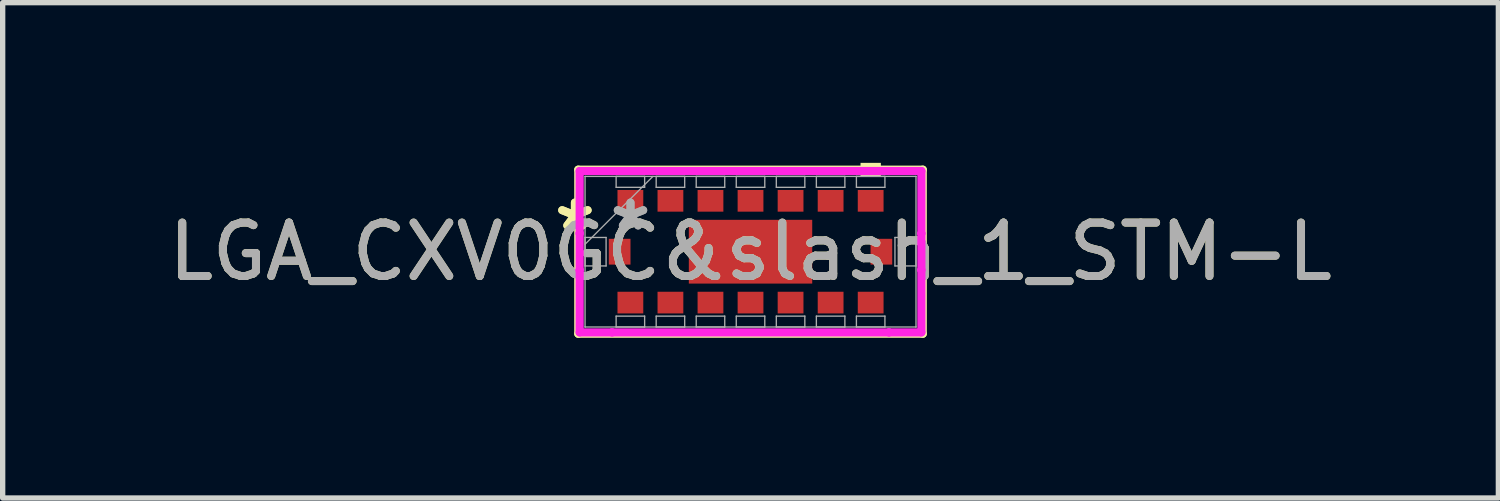
<source format=kicad_pcb>
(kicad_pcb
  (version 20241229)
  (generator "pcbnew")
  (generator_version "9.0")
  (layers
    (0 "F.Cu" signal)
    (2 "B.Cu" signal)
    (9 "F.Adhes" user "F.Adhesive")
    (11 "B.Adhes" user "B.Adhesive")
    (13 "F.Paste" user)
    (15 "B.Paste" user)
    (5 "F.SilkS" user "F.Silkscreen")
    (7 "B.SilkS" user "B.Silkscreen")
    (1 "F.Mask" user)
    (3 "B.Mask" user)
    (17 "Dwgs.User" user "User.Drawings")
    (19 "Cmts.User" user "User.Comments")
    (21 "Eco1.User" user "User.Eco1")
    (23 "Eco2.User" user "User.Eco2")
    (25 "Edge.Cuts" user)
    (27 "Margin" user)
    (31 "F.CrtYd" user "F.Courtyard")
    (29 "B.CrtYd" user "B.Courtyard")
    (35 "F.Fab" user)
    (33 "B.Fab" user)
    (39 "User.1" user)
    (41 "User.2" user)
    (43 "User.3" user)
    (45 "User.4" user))
  (footprint "LGA_CXV0GC&slash_1_STM-L"
    (layer "F.Cu")
    (at 11.006 1.664)
    (property "Reference" "LGA_CXV0GC&slash_1_STM-L" (at 0 0 0) (unlocked yes) (layer "F.SilkS") (effects (font (size 1 1) (thickness 0.15))))
    (attr smd)
    (fp_line (start -3.226 -1.537) (end -3.226 1.537) (stroke (width 0.152) (type solid)) (layer "F.SilkS"))
    (fp_line (start -3.226 1.537) (end 3.226 1.537) (stroke (width 0.152) (type solid)) (layer "F.SilkS"))
    (fp_line (start 3.226 -1.537) (end -3.226 -1.537) (stroke (width 0.152) (type solid)) (layer "F.SilkS"))
    (fp_line (start 3.226 1.537) (end 3.226 -1.537) (stroke (width 0.152) (type solid)) (layer "F.SilkS"))
    (fp_poly (pts (xy 2.06 -1.41) (xy 2.06 -1.664) (xy 2.441 -1.664) (xy 2.441 -1.41)) (stroke (width 0) (type solid)) (fill yes) (layer "F.SilkS"))
    (fp_line (start -3.2 -1.511) (end -2.593 -1.511) (stroke (width 0.152) (type solid)) (layer "F.CrtYd"))
    (fp_line (start -3.2 -0.343) (end -3.2 -1.511) (stroke (width 0.152) (type solid)) (layer "F.CrtYd"))
    (fp_line (start -3.2 -0.343) (end -3.2 -0.343) (stroke (width 0.152) (type solid)) (layer "F.CrtYd"))
    (fp_line (start -3.2 0.343) (end -3.2 -0.343) (stroke (width 0.152) (type solid)) (layer "F.CrtYd"))
    (fp_line (start -3.2 0.343) (end -3.2 0.343) (stroke (width 0.152) (type solid)) (layer "F.CrtYd"))
    (fp_line (start -3.2 1.511) (end -3.2 0.343) (stroke (width 0.152) (type solid)) (layer "F.CrtYd"))
    (fp_line (start -2.593 -1.511) (end -2.593 -1.511) (stroke (width 0.152) (type solid)) (layer "F.CrtYd"))
    (fp_line (start -2.593 -1.511) (end 2.593 -1.511) (stroke (width 0.152) (type solid)) (layer "F.CrtYd"))
    (fp_line (start -2.593 1.511) (end -3.2 1.511) (stroke (width 0.152) (type solid)) (layer "F.CrtYd"))
    (fp_line (start -2.593 1.511) (end -2.593 1.511) (stroke (width 0.152) (type solid)) (layer "F.CrtYd"))
    (fp_line (start 2.593 -1.511) (end 2.593 -1.511) (stroke (width 0.152) (type solid)) (layer "F.CrtYd"))
    (fp_line (start 2.593 -1.511) (end 3.2 -1.511) (stroke (width 0.152) (type solid)) (layer "F.CrtYd"))
    (fp_line (start 2.593 1.511) (end -2.593 1.511) (stroke (width 0.152) (type solid)) (layer "F.CrtYd"))
    (fp_line (start 2.593 1.511) (end 2.593 1.511) (stroke (width 0.152) (type solid)) (layer "F.CrtYd"))
    (fp_line (start 3.2 -1.511) (end 3.2 -0.343) (stroke (width 0.152) (type solid)) (layer "F.CrtYd"))
    (fp_line (start 3.2 -0.343) (end 3.2 -0.343) (stroke (width 0.152) (type solid)) (layer "F.CrtYd"))
    (fp_line (start 3.2 -0.343) (end 3.2 0.343) (stroke (width 0.152) (type solid)) (layer "F.CrtYd"))
    (fp_line (start 3.2 0.343) (end 3.2 0.343) (stroke (width 0.152) (type solid)) (layer "F.CrtYd"))
    (fp_line (start 3.2 0.343) (end 3.2 1.511) (stroke (width 0.152) (type solid)) (layer "F.CrtYd"))
    (fp_line (start 3.2 1.511) (end 2.593 1.511) (stroke (width 0.152) (type solid)) (layer "F.CrtYd"))
    (fp_line (start -3.099 -1.41) (end -3.099 -1.41) (stroke (width 0.025) (type solid)) (layer "F.Fab"))
    (fp_line (start -3.099 -1.41) (end -3.099 1.41) (stroke (width 0.025) (type solid)) (layer "F.Fab"))
    (fp_line (start -3.099 -0.267) (end -2.705 -0.267) (stroke (width 0.025) (type solid)) (layer "F.Fab"))
    (fp_line (start -3.099 -0.14) (end -1.829 -1.41) (stroke (width 0.025) (type solid)) (layer "F.Fab"))
    (fp_line (start -3.099 0.267) (end -3.099 -0.267) (stroke (width 0.025) (type solid)) (layer "F.Fab"))
    (fp_line (start -3.099 1.41) (end -3.099 1.41) (stroke (width 0.025) (type solid)) (layer "F.Fab"))
    (fp_line (start -3.099 1.41) (end 3.099 1.41) (stroke (width 0.025) (type solid)) (layer "F.Fab"))
    (fp_line (start -2.705 -0.267) (end -2.705 0.267) (stroke (width 0.025) (type solid)) (layer "F.Fab"))
    (fp_line (start -2.705 0.267) (end -3.099 0.267) (stroke (width 0.025) (type solid)) (layer "F.Fab"))
    (fp_line (start -2.517 -1.41) (end -1.983 -1.41) (stroke (width 0.025) (type solid)) (layer "F.Fab"))
    (fp_line (start -2.517 -1.206) (end -2.517 -1.41) (stroke (width 0.025) (type solid)) (layer "F.Fab"))
    (fp_line (start -2.517 1.206) (end -1.983 1.206) (stroke (width 0.025) (type solid)) (layer "F.Fab"))
    (fp_line (start -2.517 1.41) (end -2.517 1.206) (stroke (width 0.025) (type solid)) (layer "F.Fab"))
    (fp_line (start -1.983 -1.41) (end -1.983 -1.206) (stroke (width 0.025) (type solid)) (layer "F.Fab"))
    (fp_line (start -1.983 -1.206) (end -2.517 -1.206) (stroke (width 0.025) (type solid)) (layer "F.Fab"))
    (fp_line (start -1.983 1.206) (end -1.983 1.41) (stroke (width 0.025) (type solid)) (layer "F.Fab"))
    (fp_line (start -1.983 1.41) (end -2.517 1.41) (stroke (width 0.025) (type solid)) (layer "F.Fab"))
    (fp_line (start -1.767 -1.41) (end -1.233 -1.41) (stroke (width 0.025) (type solid)) (layer "F.Fab"))
    (fp_line (start -1.767 -1.206) (end -1.767 -1.41) (stroke (width 0.025) (type solid)) (layer "F.Fab"))
    (fp_line (start -1.767 1.206) (end -1.233 1.206) (stroke (width 0.025) (type solid)) (layer "F.Fab"))
    (fp_line (start -1.767 1.41) (end -1.767 1.206) (stroke (width 0.025) (type solid)) (layer "F.Fab"))
    (fp_line (start -1.233 -1.41) (end -1.233 -1.206) (stroke (width 0.025) (type solid)) (layer "F.Fab"))
    (fp_line (start -1.233 -1.206) (end -1.767 -1.206) (stroke (width 0.025) (type solid)) (layer "F.Fab"))
    (fp_line (start -1.233 1.206) (end -1.233 1.41) (stroke (width 0.025) (type solid)) (layer "F.Fab"))
    (fp_line (start -1.233 1.41) (end -1.767 1.41) (stroke (width 0.025) (type solid)) (layer "F.Fab"))
    (fp_line (start -1.017 -1.41) (end -0.483 -1.41) (stroke (width 0.025) (type solid)) (layer "F.Fab"))
    (fp_line (start -1.017 -1.206) (end -1.017 -1.41) (stroke (width 0.025) (type solid)) (layer "F.Fab"))
    (fp_line (start -1.017 1.206) (end -0.483 1.206) (stroke (width 0.025) (type solid)) (layer "F.Fab"))
    (fp_line (start -1.017 1.41) (end -1.017 1.206) (stroke (width 0.025) (type solid)) (layer "F.Fab"))
    (fp_line (start -0.483 -1.41) (end -0.483 -1.206) (stroke (width 0.025) (type solid)) (layer "F.Fab"))
    (fp_line (start -0.483 -1.206) (end -1.017 -1.206) (stroke (width 0.025) (type solid)) (layer "F.Fab"))
    (fp_line (start -0.483 1.206) (end -0.483 1.41) (stroke (width 0.025) (type solid)) (layer "F.Fab"))
    (fp_line (start -0.483 1.41) (end -1.017 1.41) (stroke (width 0.025) (type solid)) (layer "F.Fab"))
    (fp_line (start -0.267 -1.41) (end 0.267 -1.41) (stroke (width 0.025) (type solid)) (layer "F.Fab"))
    (fp_line (start -0.267 -1.206) (end -0.267 -1.41) (stroke (width 0.025) (type solid)) (layer "F.Fab"))
    (fp_line (start -0.267 1.206) (end 0.267 1.206) (stroke (width 0.025) (type solid)) (layer "F.Fab"))
    (fp_line (start -0.267 1.41) (end -0.267 1.206) (stroke (width 0.025) (type solid)) (layer "F.Fab"))
    (fp_line (start 0.267 -1.41) (end 0.267 -1.206) (stroke (width 0.025) (type solid)) (layer "F.Fab"))
    (fp_line (start 0.267 -1.206) (end -0.267 -1.206) (stroke (width 0.025) (type solid)) (layer "F.Fab"))
    (fp_line (start 0.267 1.206) (end 0.267 1.41) (stroke (width 0.025) (type solid)) (layer "F.Fab"))
    (fp_line (start 0.267 1.41) (end -0.267 1.41) (stroke (width 0.025) (type solid)) (layer "F.Fab"))
    (fp_line (start 0.483 -1.41) (end 1.017 -1.41) (stroke (width 0.025) (type solid)) (layer "F.Fab"))
    (fp_line (start 0.483 -1.206) (end 0.483 -1.41) (stroke (width 0.025) (type solid)) (layer "F.Fab"))
    (fp_line (start 0.483 1.206) (end 1.017 1.206) (stroke (width 0.025) (type solid)) (layer "F.Fab"))
    (fp_line (start 0.483 1.41) (end 0.483 1.206) (stroke (width 0.025) (type solid)) (layer "F.Fab"))
    (fp_line (start 1.017 -1.41) (end 1.017 -1.206) (stroke (width 0.025) (type solid)) (layer "F.Fab"))
    (fp_line (start 1.017 -1.206) (end 0.483 -1.206) (stroke (width 0.025) (type solid)) (layer "F.Fab"))
    (fp_line (start 1.017 1.206) (end 1.017 1.41) (stroke (width 0.025) (type solid)) (layer "F.Fab"))
    (fp_line (start 1.017 1.41) (end 0.483 1.41) (stroke (width 0.025) (type solid)) (layer "F.Fab"))
    (fp_line (start 1.233 -1.41) (end 1.767 -1.41) (stroke (width 0.025) (type solid)) (layer "F.Fab"))
    (fp_line (start 1.233 -1.206) (end 1.233 -1.41) (stroke (width 0.025) (type solid)) (layer "F.Fab"))
    (fp_line (start 1.233 1.206) (end 1.767 1.206) (stroke (width 0.025) (type solid)) (layer "F.Fab"))
    (fp_line (start 1.233 1.41) (end 1.233 1.206) (stroke (width 0.025) (type solid)) (layer "F.Fab"))
    (fp_line (start 1.767 -1.41) (end 1.767 -1.206) (stroke (width 0.025) (type solid)) (layer "F.Fab"))
    (fp_line (start 1.767 -1.206) (end 1.233 -1.206) (stroke (width 0.025) (type solid)) (layer "F.Fab"))
    (fp_line (start 1.767 1.206) (end 1.767 1.41) (stroke (width 0.025) (type solid)) (layer "F.Fab"))
    (fp_line (start 1.767 1.41) (end 1.233 1.41) (stroke (width 0.025) (type solid)) (layer "F.Fab"))
    (fp_line (start 1.983 -1.41) (end 2.517 -1.41) (stroke (width 0.025) (type solid)) (layer "F.Fab"))
    (fp_line (start 1.983 -1.206) (end 1.983 -1.41) (stroke (width 0.025) (type solid)) (layer "F.Fab"))
    (fp_line (start 1.983 1.206) (end 2.517 1.206) (stroke (width 0.025) (type solid)) (layer "F.Fab"))
    (fp_line (start 1.983 1.41) (end 1.983 1.206) (stroke (width 0.025) (type solid)) (layer "F.Fab"))
    (fp_line (start 2.517 -1.41) (end 2.517 -1.206) (stroke (width 0.025) (type solid)) (layer "F.Fab"))
    (fp_line (start 2.517 -1.206) (end 1.983 -1.206) (stroke (width 0.025) (type solid)) (layer "F.Fab"))
    (fp_line (start 2.517 1.206) (end 2.517 1.41) (stroke (width 0.025) (type solid)) (layer "F.Fab"))
    (fp_line (start 2.517 1.41) (end 1.983 1.41) (stroke (width 0.025) (type solid)) (layer "F.Fab"))
    (fp_line (start 2.705 -0.267) (end 3.099 -0.267) (stroke (width 0.025) (type solid)) (layer "F.Fab"))
    (fp_line (start 2.705 0.267) (end 2.705 -0.267) (stroke (width 0.025) (type solid)) (layer "F.Fab"))
    (fp_line (start 3.099 -1.41) (end -3.099 -1.41) (stroke (width 0.025) (type solid)) (layer "F.Fab"))
    (fp_line (start 3.099 -1.41) (end 3.099 -1.41) (stroke (width 0.025) (type solid)) (layer "F.Fab"))
    (fp_line (start 3.099 -0.267) (end 3.099 0.267) (stroke (width 0.025) (type solid)) (layer "F.Fab"))
    (fp_line (start 3.099 0.267) (end 2.705 0.267) (stroke (width 0.025) (type solid)) (layer "F.Fab"))
    (fp_line (start 3.099 1.41) (end 3.099 -1.41) (stroke (width 0.025) (type solid)) (layer "F.Fab"))
    (fp_line (start 3.099 1.41) (end 3.099 1.41) (stroke (width 0.025) (type solid)) (layer "F.Fab"))
    (fp_text user "*" (at -3.289 -0.375 0) (layer "F.SilkS") (effects (font (size 1 1) (thickness 0.15))))
    (fp_text user "*" (at -3.289 -0.375 0) (unlocked yes) (layer "F.SilkS") (effects (font (size 1 1) (thickness 0.15))))
    (fp_text user "${REFERENCE}" (at 0 0 0) (unlocked yes) (layer "F.Fab") (effects (font (size 1 1) (thickness 0.15))))
    (fp_text user "*" (at -2.248 -0.375 0) (layer "F.Fab") (effects (font (size 1 1) (thickness 0.15))))
    (fp_text user "*" (at -2.248 -0.375 0) (unlocked yes) (layer "F.Fab") (effects (font (size 1 1) (thickness 0.15))))
    (pad "17" smd rect (at 0 0) (size 2.311 1.194) (layers "F.Cu" "F.Mask" "F.Paste"))
    (pad "A1" smd rect (at -2.25 -0.953) (size 0.483 0.406) (layers "F.Cu" "F.Mask" "F.Paste"))
    (pad "A2" smd rect (at -1.5 -0.953) (size 0.483 0.406) (layers "F.Cu" "F.Mask" "F.Paste"))
    (pad "A3" smd rect (at -0.75 -0.953) (size 0.483 0.406) (layers "F.Cu" "F.Mask" "F.Paste"))
    (pad "A4" smd rect (at 0 -0.953) (size 0.483 0.406) (layers "F.Cu" "F.Mask" "F.Paste"))
    (pad "A5" smd rect (at 0.75 -0.953) (size 0.483 0.406) (layers "F.Cu" "F.Mask" "F.Paste"))
    (pad "A6" smd rect (at 1.5 -0.953) (size 0.483 0.406) (layers "F.Cu" "F.Mask" "F.Paste"))
    (pad "A7" smd rect (at 2.25 -0.953) (size 0.483 0.406) (layers "F.Cu" "F.Mask" "F.Paste"))
    (pad "B1" smd rect (at -2.451 0 90) (size 0.483 0.406) (layers "F.Cu" "F.Mask" "F.Paste"))
    (pad "B7" smd rect (at 2.451 0 90) (size 0.483 0.406) (layers "F.Cu" "F.Mask" "F.Paste"))
    (pad "C1" smd rect (at -2.25 0.953) (size 0.483 0.406) (layers "F.Cu" "F.Mask" "F.Paste"))
    (pad "C2" smd rect (at -1.5 0.953) (size 0.483 0.406) (layers "F.Cu" "F.Mask" "F.Paste"))
    (pad "C3" smd rect (at -0.75 0.953) (size 0.483 0.406) (layers "F.Cu" "F.Mask" "F.Paste"))
    (pad "C4" smd rect (at 0 0.953) (size 0.483 0.406) (layers "F.Cu" "F.Mask" "F.Paste"))
    (pad "C5" smd rect (at 0.75 0.953) (size 0.483 0.406) (layers "F.Cu" "F.Mask" "F.Paste"))
    (pad "C6" smd rect (at 1.5 0.953) (size 0.483 0.406) (layers "F.Cu" "F.Mask" "F.Paste"))
    (pad "C7" smd rect (at 2.25 0.953) (size 0.483 0.406) (layers "F.Cu" "F.Mask" "F.Paste")))
  (gr_rect
    (start -3 -3)
    (end 25.012 6.277)
    (stroke (width 0.1) (type default))
    (fill no)
    (layer "Edge.Cuts")))
</source>
